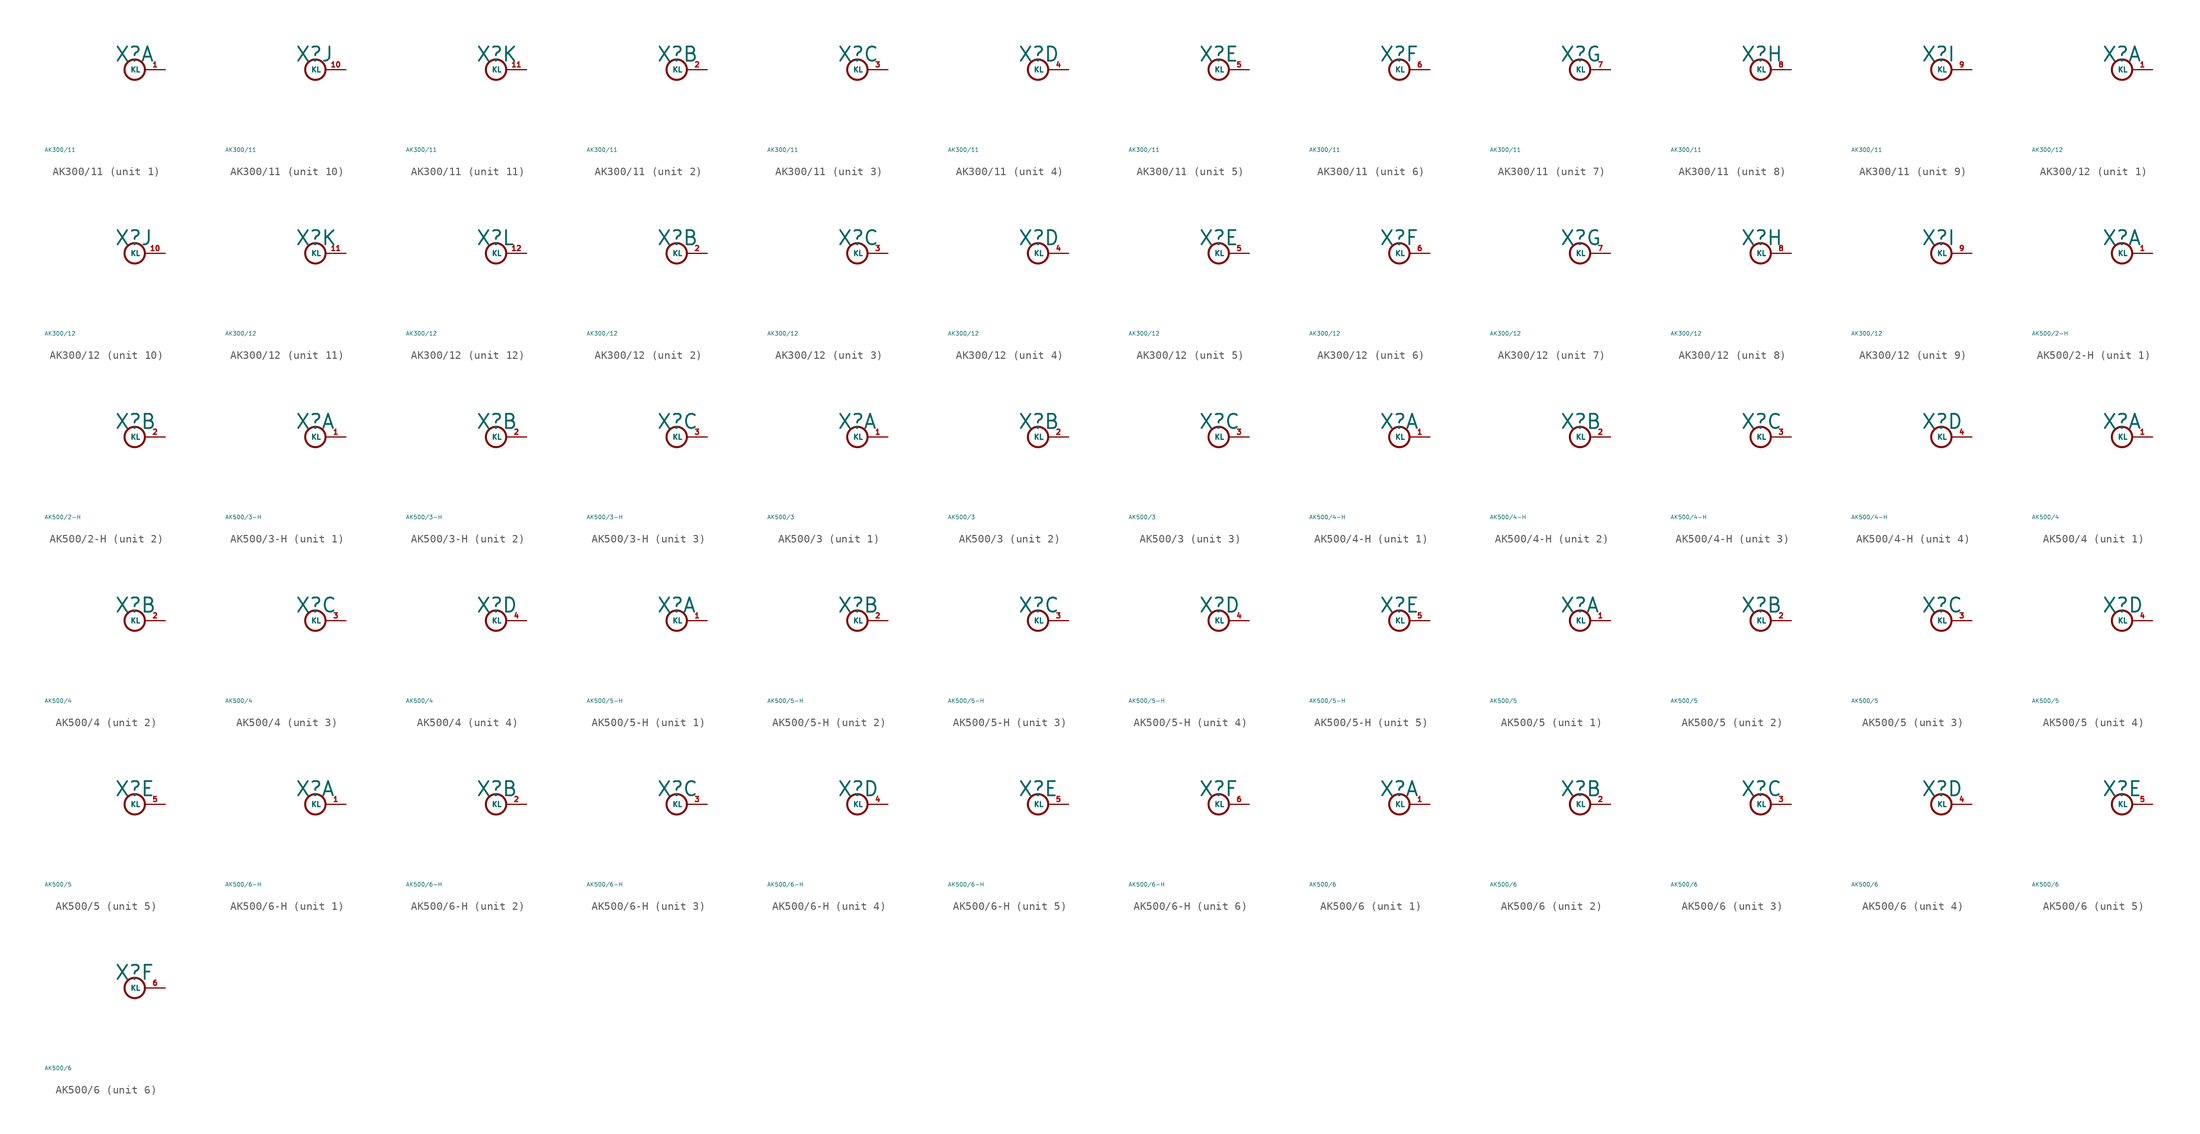
<source format=kicad_sym>
(kicad_symbol_lib
  (version 20220914)
  (generator Eagle2Kicad)
  (symbol "AK300/11"
    (property "Reference" "X"
      (at -1.27 0.889 0)
      (effects (font (size 1.778 1.778) (thickness 0.22)) (justify left bottom)))
    (property "Value" "AK300/11"
      (at -10 -10 0)
      (effects (font (size 0.5 0.5) (thickness 0.06)) (justify left)))
    (symbol "AK300/11_1_0"
      (circle (center 1.27 0) (radius 1.27) (stroke (width 0.254) (type default)) (fill (type none)))
      (pin passive line (at 5.08 0 180) (length 2.54) (name "KL" (effects (font (size 0.635 0.635) (thickness 0.08)) (justify left bottom))) (number "1" (effects (font (size 0.635 0.635) (thickness 0.08)) (justify left bottom)))))
    (symbol "AK300/11_2_0"
      (circle (center 1.27 0) (radius 1.27) (stroke (width 0.254) (type default)) (fill (type none)))
      (pin passive line (at 5.08 0 180) (length 2.54) (name "KL" (effects (font (size 0.635 0.635) (thickness 0.08)) (justify left bottom))) (number "2" (effects (font (size 0.635 0.635) (thickness 0.08)) (justify left bottom)))))
    (symbol "AK300/11_3_0"
      (circle (center 1.27 0) (radius 1.27) (stroke (width 0.254) (type default)) (fill (type none)))
      (pin passive line (at 5.08 0 180) (length 2.54) (name "KL" (effects (font (size 0.635 0.635) (thickness 0.08)) (justify left bottom))) (number "3" (effects (font (size 0.635 0.635) (thickness 0.08)) (justify left bottom)))))
    (symbol "AK300/11_4_0"
      (circle (center 1.27 0) (radius 1.27) (stroke (width 0.254) (type default)) (fill (type none)))
      (pin passive line (at 5.08 0 180) (length 2.54) (name "KL" (effects (font (size 0.635 0.635) (thickness 0.08)) (justify left bottom))) (number "4" (effects (font (size 0.635 0.635) (thickness 0.08)) (justify left bottom)))))
    (symbol "AK300/11_5_0"
      (circle (center 1.27 0) (radius 1.27) (stroke (width 0.254) (type default)) (fill (type none)))
      (pin passive line (at 5.08 0 180) (length 2.54) (name "KL" (effects (font (size 0.635 0.635) (thickness 0.08)) (justify left bottom))) (number "5" (effects (font (size 0.635 0.635) (thickness 0.08)) (justify left bottom)))))
    (symbol "AK300/11_6_0"
      (circle (center 1.27 0) (radius 1.27) (stroke (width 0.254) (type default)) (fill (type none)))
      (pin passive line (at 5.08 0 180) (length 2.54) (name "KL" (effects (font (size 0.635 0.635) (thickness 0.08)) (justify left bottom))) (number "6" (effects (font (size 0.635 0.635) (thickness 0.08)) (justify left bottom)))))
    (symbol "AK300/11_7_0"
      (circle (center 1.27 0) (radius 1.27) (stroke (width 0.254) (type default)) (fill (type none)))
      (pin passive line (at 5.08 0 180) (length 2.54) (name "KL" (effects (font (size 0.635 0.635) (thickness 0.08)) (justify left bottom))) (number "7" (effects (font (size 0.635 0.635) (thickness 0.08)) (justify left bottom)))))
    (symbol "AK300/11_8_0"
      (circle (center 1.27 0) (radius 1.27) (stroke (width 0.254) (type default)) (fill (type none)))
      (pin passive line (at 5.08 0 180) (length 2.54) (name "KL" (effects (font (size 0.635 0.635) (thickness 0.08)) (justify left bottom))) (number "8" (effects (font (size 0.635 0.635) (thickness 0.08)) (justify left bottom)))))
    (symbol "AK300/11_9_0"
      (circle (center 1.27 0) (radius 1.27) (stroke (width 0.254) (type default)) (fill (type none)))
      (pin passive line (at 5.08 0 180) (length 2.54) (name "KL" (effects (font (size 0.635 0.635) (thickness 0.08)) (justify left bottom))) (number "9" (effects (font (size 0.635 0.635) (thickness 0.08)) (justify left bottom)))))
    (symbol "AK300/11_10_0"
      (circle (center 1.27 0) (radius 1.27) (stroke (width 0.254) (type default)) (fill (type none)))
      (pin passive line (at 5.08 0 180) (length 2.54) (name "KL" (effects (font (size 0.635 0.635) (thickness 0.08)) (justify left bottom))) (number "10" (effects (font (size 0.635 0.635) (thickness 0.08)) (justify left bottom)))))
    (symbol "AK300/11_11_0"
      (circle (center 1.27 0) (radius 1.27) (stroke (width 0.254) (type default)) (fill (type none)))
      (pin passive line (at 5.08 0 180) (length 2.54) (name "KL" (effects (font (size 0.635 0.635) (thickness 0.08)) (justify left bottom))) (number "11" (effects (font (size 0.635 0.635) (thickness 0.08)) (justify left bottom))))))
  (symbol "AK300/12"
    (property "Reference" "X"
      (at -1.27 0.889 0)
      (effects (font (size 1.778 1.778) (thickness 0.22)) (justify left bottom)))
    (property "Value" "AK300/12"
      (at -10 -10 0)
      (effects (font (size 0.5 0.5) (thickness 0.06)) (justify left)))
    (symbol "AK300/12_1_0"
      (circle (center 1.27 0) (radius 1.27) (stroke (width 0.254) (type default)) (fill (type none)))
      (pin passive line (at 5.08 0 180) (length 2.54) (name "KL" (effects (font (size 0.635 0.635) (thickness 0.08)) (justify left bottom))) (number "1" (effects (font (size 0.635 0.635) (thickness 0.08)) (justify left bottom)))))
    (symbol "AK300/12_2_0"
      (circle (center 1.27 0) (radius 1.27) (stroke (width 0.254) (type default)) (fill (type none)))
      (pin passive line (at 5.08 0 180) (length 2.54) (name "KL" (effects (font (size 0.635 0.635) (thickness 0.08)) (justify left bottom))) (number "2" (effects (font (size 0.635 0.635) (thickness 0.08)) (justify left bottom)))))
    (symbol "AK300/12_3_0"
      (circle (center 1.27 0) (radius 1.27) (stroke (width 0.254) (type default)) (fill (type none)))
      (pin passive line (at 5.08 0 180) (length 2.54) (name "KL" (effects (font (size 0.635 0.635) (thickness 0.08)) (justify left bottom))) (number "3" (effects (font (size 0.635 0.635) (thickness 0.08)) (justify left bottom)))))
    (symbol "AK300/12_4_0"
      (circle (center 1.27 0) (radius 1.27) (stroke (width 0.254) (type default)) (fill (type none)))
      (pin passive line (at 5.08 0 180) (length 2.54) (name "KL" (effects (font (size 0.635 0.635) (thickness 0.08)) (justify left bottom))) (number "4" (effects (font (size 0.635 0.635) (thickness 0.08)) (justify left bottom)))))
    (symbol "AK300/12_5_0"
      (circle (center 1.27 0) (radius 1.27) (stroke (width 0.254) (type default)) (fill (type none)))
      (pin passive line (at 5.08 0 180) (length 2.54) (name "KL" (effects (font (size 0.635 0.635) (thickness 0.08)) (justify left bottom))) (number "5" (effects (font (size 0.635 0.635) (thickness 0.08)) (justify left bottom)))))
    (symbol "AK300/12_6_0"
      (circle (center 1.27 0) (radius 1.27) (stroke (width 0.254) (type default)) (fill (type none)))
      (pin passive line (at 5.08 0 180) (length 2.54) (name "KL" (effects (font (size 0.635 0.635) (thickness 0.08)) (justify left bottom))) (number "6" (effects (font (size 0.635 0.635) (thickness 0.08)) (justify left bottom)))))
    (symbol "AK300/12_7_0"
      (circle (center 1.27 0) (radius 1.27) (stroke (width 0.254) (type default)) (fill (type none)))
      (pin passive line (at 5.08 0 180) (length 2.54) (name "KL" (effects (font (size 0.635 0.635) (thickness 0.08)) (justify left bottom))) (number "7" (effects (font (size 0.635 0.635) (thickness 0.08)) (justify left bottom)))))
    (symbol "AK300/12_8_0"
      (circle (center 1.27 0) (radius 1.27) (stroke (width 0.254) (type default)) (fill (type none)))
      (pin passive line (at 5.08 0 180) (length 2.54) (name "KL" (effects (font (size 0.635 0.635) (thickness 0.08)) (justify left bottom))) (number "8" (effects (font (size 0.635 0.635) (thickness 0.08)) (justify left bottom)))))
    (symbol "AK300/12_9_0"
      (circle (center 1.27 0) (radius 1.27) (stroke (width 0.254) (type default)) (fill (type none)))
      (pin passive line (at 5.08 0 180) (length 2.54) (name "KL" (effects (font (size 0.635 0.635) (thickness 0.08)) (justify left bottom))) (number "9" (effects (font (size 0.635 0.635) (thickness 0.08)) (justify left bottom)))))
    (symbol "AK300/12_10_0"
      (circle (center 1.27 0) (radius 1.27) (stroke (width 0.254) (type default)) (fill (type none)))
      (pin passive line (at 5.08 0 180) (length 2.54) (name "KL" (effects (font (size 0.635 0.635) (thickness 0.08)) (justify left bottom))) (number "10" (effects (font (size 0.635 0.635) (thickness 0.08)) (justify left bottom)))))
    (symbol "AK300/12_11_0"
      (circle (center 1.27 0) (radius 1.27) (stroke (width 0.254) (type default)) (fill (type none)))
      (pin passive line (at 5.08 0 180) (length 2.54) (name "KL" (effects (font (size 0.635 0.635) (thickness 0.08)) (justify left bottom))) (number "11" (effects (font (size 0.635 0.635) (thickness 0.08)) (justify left bottom)))))
    (symbol "AK300/12_12_0"
      (circle (center 1.27 0) (radius 1.27) (stroke (width 0.254) (type default)) (fill (type none)))
      (pin passive line (at 5.08 0 180) (length 2.54) (name "KL" (effects (font (size 0.635 0.635) (thickness 0.08)) (justify left bottom))) (number "12" (effects (font (size 0.635 0.635) (thickness 0.08)) (justify left bottom))))))
  (symbol "AK500/2-H"
    (property "Reference" "X"
      (at -1.27 0.889 0)
      (effects (font (size 1.778 1.778) (thickness 0.22)) (justify left bottom)))
    (property "Value" "AK500/2-H"
      (at -10 -10 0)
      (effects (font (size 0.5 0.5) (thickness 0.06)) (justify left)))
    (symbol "AK500/2-H_1_0"
      (circle (center 1.27 0) (radius 1.27) (stroke (width 0.254) (type default)) (fill (type none)))
      (pin passive line (at 5.08 0 180) (length 2.54) (name "KL" (effects (font (size 0.635 0.635) (thickness 0.08)) (justify left bottom))) (number "1" (effects (font (size 0.635 0.635) (thickness 0.08)) (justify left bottom)))))
    (symbol "AK500/2-H_2_0"
      (circle (center 1.27 0) (radius 1.27) (stroke (width 0.254) (type default)) (fill (type none)))
      (pin passive line (at 5.08 0 180) (length 2.54) (name "KL" (effects (font (size 0.635 0.635) (thickness 0.08)) (justify left bottom))) (number "2" (effects (font (size 0.635 0.635) (thickness 0.08)) (justify left bottom))))))
  (symbol "AK500/3-H"
    (property "Reference" "X"
      (at -1.27 0.889 0)
      (effects (font (size 1.778 1.778) (thickness 0.22)) (justify left bottom)))
    (property "Value" "AK500/3-H"
      (at -10 -10 0)
      (effects (font (size 0.5 0.5) (thickness 0.06)) (justify left)))
    (symbol "AK500/3-H_1_0"
      (circle (center 1.27 0) (radius 1.27) (stroke (width 0.254) (type default)) (fill (type none)))
      (pin passive line (at 5.08 0 180) (length 2.54) (name "KL" (effects (font (size 0.635 0.635) (thickness 0.08)) (justify left bottom))) (number "1" (effects (font (size 0.635 0.635) (thickness 0.08)) (justify left bottom)))))
    (symbol "AK500/3-H_2_0"
      (circle (center 1.27 0) (radius 1.27) (stroke (width 0.254) (type default)) (fill (type none)))
      (pin passive line (at 5.08 0 180) (length 2.54) (name "KL" (effects (font (size 0.635 0.635) (thickness 0.08)) (justify left bottom))) (number "2" (effects (font (size 0.635 0.635) (thickness 0.08)) (justify left bottom)))))
    (symbol "AK500/3-H_3_0"
      (circle (center 1.27 0) (radius 1.27) (stroke (width 0.254) (type default)) (fill (type none)))
      (pin passive line (at 5.08 0 180) (length 2.54) (name "KL" (effects (font (size 0.635 0.635) (thickness 0.08)) (justify left bottom))) (number "3" (effects (font (size 0.635 0.635) (thickness 0.08)) (justify left bottom))))))
  (symbol "AK500/3"
    (property "Reference" "X"
      (at -1.27 0.889 0)
      (effects (font (size 1.778 1.778) (thickness 0.22)) (justify left bottom)))
    (property "Value" "AK500/3"
      (at -10 -10 0)
      (effects (font (size 0.5 0.5) (thickness 0.06)) (justify left)))
    (symbol "AK500/3_1_0"
      (circle (center 1.27 0) (radius 1.27) (stroke (width 0.254) (type default)) (fill (type none)))
      (pin passive line (at 5.08 0 180) (length 2.54) (name "KL" (effects (font (size 0.635 0.635) (thickness 0.08)) (justify left bottom))) (number "1" (effects (font (size 0.635 0.635) (thickness 0.08)) (justify left bottom)))))
    (symbol "AK500/3_2_0"
      (circle (center 1.27 0) (radius 1.27) (stroke (width 0.254) (type default)) (fill (type none)))
      (pin passive line (at 5.08 0 180) (length 2.54) (name "KL" (effects (font (size 0.635 0.635) (thickness 0.08)) (justify left bottom))) (number "2" (effects (font (size 0.635 0.635) (thickness 0.08)) (justify left bottom)))))
    (symbol "AK500/3_3_0"
      (circle (center 1.27 0) (radius 1.27) (stroke (width 0.254) (type default)) (fill (type none)))
      (pin passive line (at 5.08 0 180) (length 2.54) (name "KL" (effects (font (size 0.635 0.635) (thickness 0.08)) (justify left bottom))) (number "3" (effects (font (size 0.635 0.635) (thickness 0.08)) (justify left bottom))))))
  (symbol "AK500/4-H"
    (property "Reference" "X"
      (at -1.27 0.889 0)
      (effects (font (size 1.778 1.778) (thickness 0.22)) (justify left bottom)))
    (property "Value" "AK500/4-H"
      (at -10 -10 0)
      (effects (font (size 0.5 0.5) (thickness 0.06)) (justify left)))
    (symbol "AK500/4-H_1_0"
      (circle (center 1.27 0) (radius 1.27) (stroke (width 0.254) (type default)) (fill (type none)))
      (pin passive line (at 5.08 0 180) (length 2.54) (name "KL" (effects (font (size 0.635 0.635) (thickness 0.08)) (justify left bottom))) (number "1" (effects (font (size 0.635 0.635) (thickness 0.08)) (justify left bottom)))))
    (symbol "AK500/4-H_2_0"
      (circle (center 1.27 0) (radius 1.27) (stroke (width 0.254) (type default)) (fill (type none)))
      (pin passive line (at 5.08 0 180) (length 2.54) (name "KL" (effects (font (size 0.635 0.635) (thickness 0.08)) (justify left bottom))) (number "2" (effects (font (size 0.635 0.635) (thickness 0.08)) (justify left bottom)))))
    (symbol "AK500/4-H_3_0"
      (circle (center 1.27 0) (radius 1.27) (stroke (width 0.254) (type default)) (fill (type none)))
      (pin passive line (at 5.08 0 180) (length 2.54) (name "KL" (effects (font (size 0.635 0.635) (thickness 0.08)) (justify left bottom))) (number "3" (effects (font (size 0.635 0.635) (thickness 0.08)) (justify left bottom)))))
    (symbol "AK500/4-H_4_0"
      (circle (center 1.27 0) (radius 1.27) (stroke (width 0.254) (type default)) (fill (type none)))
      (pin passive line (at 5.08 0 180) (length 2.54) (name "KL" (effects (font (size 0.635 0.635) (thickness 0.08)) (justify left bottom))) (number "4" (effects (font (size 0.635 0.635) (thickness 0.08)) (justify left bottom))))))
  (symbol "AK500/4"
    (property "Reference" "X"
      (at -1.27 0.889 0)
      (effects (font (size 1.778 1.778) (thickness 0.22)) (justify left bottom)))
    (property "Value" "AK500/4"
      (at -10 -10 0)
      (effects (font (size 0.5 0.5) (thickness 0.06)) (justify left)))
    (symbol "AK500/4_1_0"
      (circle (center 1.27 0) (radius 1.27) (stroke (width 0.254) (type default)) (fill (type none)))
      (pin passive line (at 5.08 0 180) (length 2.54) (name "KL" (effects (font (size 0.635 0.635) (thickness 0.08)) (justify left bottom))) (number "1" (effects (font (size 0.635 0.635) (thickness 0.08)) (justify left bottom)))))
    (symbol "AK500/4_2_0"
      (circle (center 1.27 0) (radius 1.27) (stroke (width 0.254) (type default)) (fill (type none)))
      (pin passive line (at 5.08 0 180) (length 2.54) (name "KL" (effects (font (size 0.635 0.635) (thickness 0.08)) (justify left bottom))) (number "2" (effects (font (size 0.635 0.635) (thickness 0.08)) (justify left bottom)))))
    (symbol "AK500/4_3_0"
      (circle (center 1.27 0) (radius 1.27) (stroke (width 0.254) (type default)) (fill (type none)))
      (pin passive line (at 5.08 0 180) (length 2.54) (name "KL" (effects (font (size 0.635 0.635) (thickness 0.08)) (justify left bottom))) (number "3" (effects (font (size 0.635 0.635) (thickness 0.08)) (justify left bottom)))))
    (symbol "AK500/4_4_0"
      (circle (center 1.27 0) (radius 1.27) (stroke (width 0.254) (type default)) (fill (type none)))
      (pin passive line (at 5.08 0 180) (length 2.54) (name "KL" (effects (font (size 0.635 0.635) (thickness 0.08)) (justify left bottom))) (number "4" (effects (font (size 0.635 0.635) (thickness 0.08)) (justify left bottom))))))
  (symbol "AK500/5-H"
    (property "Reference" "X"
      (at -1.27 0.889 0)
      (effects (font (size 1.778 1.778) (thickness 0.22)) (justify left bottom)))
    (property "Value" "AK500/5-H"
      (at -10 -10 0)
      (effects (font (size 0.5 0.5) (thickness 0.06)) (justify left)))
    (symbol "AK500/5-H_1_0"
      (circle (center 1.27 0) (radius 1.27) (stroke (width 0.254) (type default)) (fill (type none)))
      (pin passive line (at 5.08 0 180) (length 2.54) (name "KL" (effects (font (size 0.635 0.635) (thickness 0.08)) (justify left bottom))) (number "1" (effects (font (size 0.635 0.635) (thickness 0.08)) (justify left bottom)))))
    (symbol "AK500/5-H_2_0"
      (circle (center 1.27 0) (radius 1.27) (stroke (width 0.254) (type default)) (fill (type none)))
      (pin passive line (at 5.08 0 180) (length 2.54) (name "KL" (effects (font (size 0.635 0.635) (thickness 0.08)) (justify left bottom))) (number "2" (effects (font (size 0.635 0.635) (thickness 0.08)) (justify left bottom)))))
    (symbol "AK500/5-H_3_0"
      (circle (center 1.27 0) (radius 1.27) (stroke (width 0.254) (type default)) (fill (type none)))
      (pin passive line (at 5.08 0 180) (length 2.54) (name "KL" (effects (font (size 0.635 0.635) (thickness 0.08)) (justify left bottom))) (number "3" (effects (font (size 0.635 0.635) (thickness 0.08)) (justify left bottom)))))
    (symbol "AK500/5-H_4_0"
      (circle (center 1.27 0) (radius 1.27) (stroke (width 0.254) (type default)) (fill (type none)))
      (pin passive line (at 5.08 0 180) (length 2.54) (name "KL" (effects (font (size 0.635 0.635) (thickness 0.08)) (justify left bottom))) (number "4" (effects (font (size 0.635 0.635) (thickness 0.08)) (justify left bottom)))))
    (symbol "AK500/5-H_5_0"
      (circle (center 1.27 0) (radius 1.27) (stroke (width 0.254) (type default)) (fill (type none)))
      (pin passive line (at 5.08 0 180) (length 2.54) (name "KL" (effects (font (size 0.635 0.635) (thickness 0.08)) (justify left bottom))) (number "5" (effects (font (size 0.635 0.635) (thickness 0.08)) (justify left bottom))))))
  (symbol "AK500/5"
    (property "Reference" "X"
      (at -1.27 0.889 0)
      (effects (font (size 1.778 1.778) (thickness 0.22)) (justify left bottom)))
    (property "Value" "AK500/5"
      (at -10 -10 0)
      (effects (font (size 0.5 0.5) (thickness 0.06)) (justify left)))
    (symbol "AK500/5_1_0"
      (circle (center 1.27 0) (radius 1.27) (stroke (width 0.254) (type default)) (fill (type none)))
      (pin passive line (at 5.08 0 180) (length 2.54) (name "KL" (effects (font (size 0.635 0.635) (thickness 0.08)) (justify left bottom))) (number "1" (effects (font (size 0.635 0.635) (thickness 0.08)) (justify left bottom)))))
    (symbol "AK500/5_2_0"
      (circle (center 1.27 0) (radius 1.27) (stroke (width 0.254) (type default)) (fill (type none)))
      (pin passive line (at 5.08 0 180) (length 2.54) (name "KL" (effects (font (size 0.635 0.635) (thickness 0.08)) (justify left bottom))) (number "2" (effects (font (size 0.635 0.635) (thickness 0.08)) (justify left bottom)))))
    (symbol "AK500/5_3_0"
      (circle (center 1.27 0) (radius 1.27) (stroke (width 0.254) (type default)) (fill (type none)))
      (pin passive line (at 5.08 0 180) (length 2.54) (name "KL" (effects (font (size 0.635 0.635) (thickness 0.08)) (justify left bottom))) (number "3" (effects (font (size 0.635 0.635) (thickness 0.08)) (justify left bottom)))))
    (symbol "AK500/5_4_0"
      (circle (center 1.27 0) (radius 1.27) (stroke (width 0.254) (type default)) (fill (type none)))
      (pin passive line (at 5.08 0 180) (length 2.54) (name "KL" (effects (font (size 0.635 0.635) (thickness 0.08)) (justify left bottom))) (number "4" (effects (font (size 0.635 0.635) (thickness 0.08)) (justify left bottom)))))
    (symbol "AK500/5_5_0"
      (circle (center 1.27 0) (radius 1.27) (stroke (width 0.254) (type default)) (fill (type none)))
      (pin passive line (at 5.08 0 180) (length 2.54) (name "KL" (effects (font (size 0.635 0.635) (thickness 0.08)) (justify left bottom))) (number "5" (effects (font (size 0.635 0.635) (thickness 0.08)) (justify left bottom))))))
  (symbol "AK500/6-H"
    (property "Reference" "X"
      (at -1.27 0.889 0)
      (effects (font (size 1.778 1.778) (thickness 0.22)) (justify left bottom)))
    (property "Value" "AK500/6-H"
      (at -10 -10 0)
      (effects (font (size 0.5 0.5) (thickness 0.06)) (justify left)))
    (symbol "AK500/6-H_1_0"
      (circle (center 1.27 0) (radius 1.27) (stroke (width 0.254) (type default)) (fill (type none)))
      (pin passive line (at 5.08 0 180) (length 2.54) (name "KL" (effects (font (size 0.635 0.635) (thickness 0.08)) (justify left bottom))) (number "1" (effects (font (size 0.635 0.635) (thickness 0.08)) (justify left bottom)))))
    (symbol "AK500/6-H_2_0"
      (circle (center 1.27 0) (radius 1.27) (stroke (width 0.254) (type default)) (fill (type none)))
      (pin passive line (at 5.08 0 180) (length 2.54) (name "KL" (effects (font (size 0.635 0.635) (thickness 0.08)) (justify left bottom))) (number "2" (effects (font (size 0.635 0.635) (thickness 0.08)) (justify left bottom)))))
    (symbol "AK500/6-H_3_0"
      (circle (center 1.27 0) (radius 1.27) (stroke (width 0.254) (type default)) (fill (type none)))
      (pin passive line (at 5.08 0 180) (length 2.54) (name "KL" (effects (font (size 0.635 0.635) (thickness 0.08)) (justify left bottom))) (number "3" (effects (font (size 0.635 0.635) (thickness 0.08)) (justify left bottom)))))
    (symbol "AK500/6-H_4_0"
      (circle (center 1.27 0) (radius 1.27) (stroke (width 0.254) (type default)) (fill (type none)))
      (pin passive line (at 5.08 0 180) (length 2.54) (name "KL" (effects (font (size 0.635 0.635) (thickness 0.08)) (justify left bottom))) (number "4" (effects (font (size 0.635 0.635) (thickness 0.08)) (justify left bottom)))))
    (symbol "AK500/6-H_5_0"
      (circle (center 1.27 0) (radius 1.27) (stroke (width 0.254) (type default)) (fill (type none)))
      (pin passive line (at 5.08 0 180) (length 2.54) (name "KL" (effects (font (size 0.635 0.635) (thickness 0.08)) (justify left bottom))) (number "5" (effects (font (size 0.635 0.635) (thickness 0.08)) (justify left bottom)))))
    (symbol "AK500/6-H_6_0"
      (circle (center 1.27 0) (radius 1.27) (stroke (width 0.254) (type default)) (fill (type none)))
      (pin passive line (at 5.08 0 180) (length 2.54) (name "KL" (effects (font (size 0.635 0.635) (thickness 0.08)) (justify left bottom))) (number "6" (effects (font (size 0.635 0.635) (thickness 0.08)) (justify left bottom))))))
  (symbol "AK500/6"
    (property "Reference" "X"
      (at -1.27 0.889 0)
      (effects (font (size 1.778 1.778) (thickness 0.22)) (justify left bottom)))
    (property "Value" "AK500/6"
      (at -10 -10 0)
      (effects (font (size 0.5 0.5) (thickness 0.06)) (justify left)))
    (symbol "AK500/6_1_0"
      (circle (center 1.27 0) (radius 1.27) (stroke (width 0.254) (type default)) (fill (type none)))
      (pin passive line (at 5.08 0 180) (length 2.54) (name "KL" (effects (font (size 0.635 0.635) (thickness 0.08)) (justify left bottom))) (number "1" (effects (font (size 0.635 0.635) (thickness 0.08)) (justify left bottom)))))
    (symbol "AK500/6_2_0"
      (circle (center 1.27 0) (radius 1.27) (stroke (width 0.254) (type default)) (fill (type none)))
      (pin passive line (at 5.08 0 180) (length 2.54) (name "KL" (effects (font (size 0.635 0.635) (thickness 0.08)) (justify left bottom))) (number "2" (effects (font (size 0.635 0.635) (thickness 0.08)) (justify left bottom)))))
    (symbol "AK500/6_3_0"
      (circle (center 1.27 0) (radius 1.27) (stroke (width 0.254) (type default)) (fill (type none)))
      (pin passive line (at 5.08 0 180) (length 2.54) (name "KL" (effects (font (size 0.635 0.635) (thickness 0.08)) (justify left bottom))) (number "3" (effects (font (size 0.635 0.635) (thickness 0.08)) (justify left bottom)))))
    (symbol "AK500/6_4_0"
      (circle (center 1.27 0) (radius 1.27) (stroke (width 0.254) (type default)) (fill (type none)))
      (pin passive line (at 5.08 0 180) (length 2.54) (name "KL" (effects (font (size 0.635 0.635) (thickness 0.08)) (justify left bottom))) (number "4" (effects (font (size 0.635 0.635) (thickness 0.08)) (justify left bottom)))))
    (symbol "AK500/6_5_0"
      (circle (center 1.27 0) (radius 1.27) (stroke (width 0.254) (type default)) (fill (type none)))
      (pin passive line (at 5.08 0 180) (length 2.54) (name "KL" (effects (font (size 0.635 0.635) (thickness 0.08)) (justify left bottom))) (number "5" (effects (font (size 0.635 0.635) (thickness 0.08)) (justify left bottom)))))
    (symbol "AK500/6_6_0"
      (circle (center 1.27 0) (radius 1.27) (stroke (width 0.254) (type default)) (fill (type none)))
      (pin passive line (at 5.08 0 180) (length 2.54) (name "KL" (effects (font (size 0.635 0.635) (thickness 0.08)) (justify left bottom))) (number "6" (effects (font (size 0.635 0.635) (thickness 0.08)) (justify left bottom)))))))
</source>
